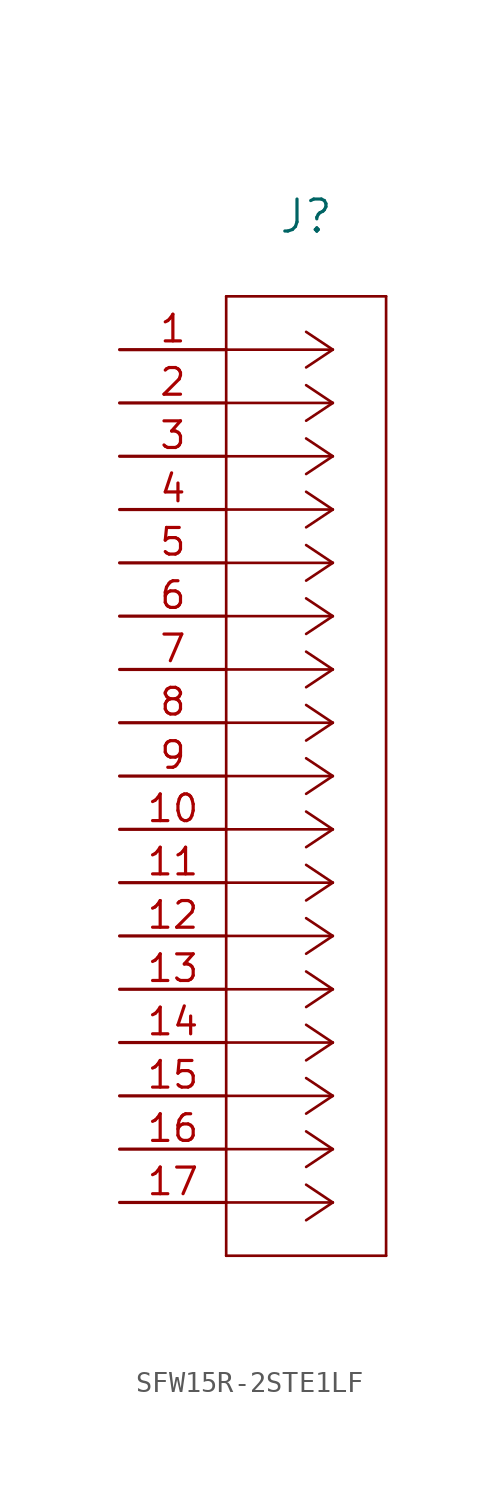
<source format=kicad_sym>
(kicad_symbol_lib
  (version 20220914)
  (generator kicad_symbol_editor)
  (symbol "SFW15R-2STE1LF"
    (pin_names
      (offset 0.254))
    (property "Reference" "J"
      (at 8.89 6.35 0)
      (effects (font (size 1.524 1.524))))
    (symbol "SFW15R-2STE1LF_0_1"
      (polyline (pts (xy 5.08 -43.18) (xy 12.7 -43.18)) (stroke (width 0.127) (type default)) (fill (type none)))
      (polyline (pts (xy 5.08 2.54) (xy 5.08 -43.18)) (stroke (width 0.127) (type default)) (fill (type none)))
      (polyline (pts (xy 10.16 -40.64) (xy 5.08 -40.64)) (stroke (width 0.127) (type default)) (fill (type none)))
      (polyline (pts (xy 10.16 -40.64) (xy 8.89 -41.487)) (stroke (width 0.127) (type default)) (fill (type none)))
      (polyline (pts (xy 10.16 -40.64) (xy 8.89 -39.793)) (stroke (width 0.127) (type default)) (fill (type none)))
      (polyline (pts (xy 10.16 -38.1) (xy 5.08 -38.1)) (stroke (width 0.127) (type default)) (fill (type none)))
      (polyline (pts (xy 10.16 -38.1) (xy 8.89 -38.947)) (stroke (width 0.127) (type default)) (fill (type none)))
      (polyline (pts (xy 10.16 -38.1) (xy 8.89 -37.253)) (stroke (width 0.127) (type default)) (fill (type none)))
      (polyline (pts (xy 10.16 -35.56) (xy 5.08 -35.56)) (stroke (width 0.127) (type default)) (fill (type none)))
      (polyline (pts (xy 10.16 -35.56) (xy 8.89 -36.407)) (stroke (width 0.127) (type default)) (fill (type none)))
      (polyline (pts (xy 10.16 -35.56) (xy 8.89 -34.713)) (stroke (width 0.127) (type default)) (fill (type none)))
      (polyline (pts (xy 10.16 -33.02) (xy 5.08 -33.02)) (stroke (width 0.127) (type default)) (fill (type none)))
      (polyline (pts (xy 10.16 -33.02) (xy 8.89 -33.867)) (stroke (width 0.127) (type default)) (fill (type none)))
      (polyline (pts (xy 10.16 -33.02) (xy 8.89 -32.173)) (stroke (width 0.127) (type default)) (fill (type none)))
      (polyline (pts (xy 10.16 -30.48) (xy 5.08 -30.48)) (stroke (width 0.127) (type default)) (fill (type none)))
      (polyline (pts (xy 10.16 -30.48) (xy 8.89 -31.327)) (stroke (width 0.127) (type default)) (fill (type none)))
      (polyline (pts (xy 10.16 -30.48) (xy 8.89 -29.633)) (stroke (width 0.127) (type default)) (fill (type none)))
      (polyline (pts (xy 10.16 -27.94) (xy 5.08 -27.94)) (stroke (width 0.127) (type default)) (fill (type none)))
      (polyline (pts (xy 10.16 -27.94) (xy 8.89 -28.787)) (stroke (width 0.127) (type default)) (fill (type none)))
      (polyline (pts (xy 10.16 -27.94) (xy 8.89 -27.093)) (stroke (width 0.127) (type default)) (fill (type none)))
      (polyline (pts (xy 10.16 -25.4) (xy 5.08 -25.4)) (stroke (width 0.127) (type default)) (fill (type none)))
      (polyline (pts (xy 10.16 -25.4) (xy 8.89 -26.247)) (stroke (width 0.127) (type default)) (fill (type none)))
      (polyline (pts (xy 10.16 -25.4) (xy 8.89 -24.553)) (stroke (width 0.127) (type default)) (fill (type none)))
      (polyline (pts (xy 10.16 -22.86) (xy 5.08 -22.86)) (stroke (width 0.127) (type default)) (fill (type none)))
      (polyline (pts (xy 10.16 -22.86) (xy 8.89 -23.707)) (stroke (width 0.127) (type default)) (fill (type none)))
      (polyline (pts (xy 10.16 -22.86) (xy 8.89 -22.013)) (stroke (width 0.127) (type default)) (fill (type none)))
      (polyline (pts (xy 10.16 -20.32) (xy 5.08 -20.32)) (stroke (width 0.127) (type default)) (fill (type none)))
      (polyline (pts (xy 10.16 -20.32) (xy 8.89 -21.167)) (stroke (width 0.127) (type default)) (fill (type none)))
      (polyline (pts (xy 10.16 -20.32) (xy 8.89 -19.473)) (stroke (width 0.127) (type default)) (fill (type none)))
      (polyline (pts (xy 10.16 -17.78) (xy 5.08 -17.78)) (stroke (width 0.127) (type default)) (fill (type none)))
      (polyline (pts (xy 10.16 -17.78) (xy 8.89 -18.627)) (stroke (width 0.127) (type default)) (fill (type none)))
      (polyline (pts (xy 10.16 -17.78) (xy 8.89 -16.933)) (stroke (width 0.127) (type default)) (fill (type none)))
      (polyline (pts (xy 10.16 -15.24) (xy 5.08 -15.24)) (stroke (width 0.127) (type default)) (fill (type none)))
      (polyline (pts (xy 10.16 -15.24) (xy 8.89 -16.087)) (stroke (width 0.127) (type default)) (fill (type none)))
      (polyline (pts (xy 10.16 -15.24) (xy 8.89 -14.393)) (stroke (width 0.127) (type default)) (fill (type none)))
      (polyline (pts (xy 10.16 -12.7) (xy 5.08 -12.7)) (stroke (width 0.127) (type default)) (fill (type none)))
      (polyline (pts (xy 10.16 -12.7) (xy 8.89 -13.547)) (stroke (width 0.127) (type default)) (fill (type none)))
      (polyline (pts (xy 10.16 -12.7) (xy 8.89 -11.853)) (stroke (width 0.127) (type default)) (fill (type none)))
      (polyline (pts (xy 10.16 -10.16) (xy 5.08 -10.16)) (stroke (width 0.127) (type default)) (fill (type none)))
      (polyline (pts (xy 10.16 -10.16) (xy 8.89 -11.007)) (stroke (width 0.127) (type default)) (fill (type none)))
      (polyline (pts (xy 10.16 -10.16) (xy 8.89 -9.313)) (stroke (width 0.127) (type default)) (fill (type none)))
      (polyline (pts (xy 10.16 -7.62) (xy 5.08 -7.62)) (stroke (width 0.127) (type default)) (fill (type none)))
      (polyline (pts (xy 10.16 -7.62) (xy 8.89 -8.467)) (stroke (width 0.127) (type default)) (fill (type none)))
      (polyline (pts (xy 10.16 -7.62) (xy 8.89 -6.773)) (stroke (width 0.127) (type default)) (fill (type none)))
      (polyline (pts (xy 10.16 -5.08) (xy 5.08 -5.08)) (stroke (width 0.127) (type default)) (fill (type none)))
      (polyline (pts (xy 10.16 -5.08) (xy 8.89 -5.927)) (stroke (width 0.127) (type default)) (fill (type none)))
      (polyline (pts (xy 10.16 -5.08) (xy 8.89 -4.233)) (stroke (width 0.127) (type default)) (fill (type none)))
      (polyline (pts (xy 10.16 -2.54) (xy 5.08 -2.54)) (stroke (width 0.127) (type default)) (fill (type none)))
      (polyline (pts (xy 10.16 -2.54) (xy 8.89 -3.387)) (stroke (width 0.127) (type default)) (fill (type none)))
      (polyline (pts (xy 10.16 -2.54) (xy 8.89 -1.693)) (stroke (width 0.127) (type default)) (fill (type none)))
      (polyline (pts (xy 10.16 0) (xy 5.08 0)) (stroke (width 0.127) (type default)) (fill (type none)))
      (polyline (pts (xy 10.16 0) (xy 8.89 -0.847)) (stroke (width 0.127) (type default)) (fill (type none)))
      (polyline (pts (xy 10.16 0) (xy 8.89 0.847)) (stroke (width 0.127) (type default)) (fill (type none)))
      (polyline (pts (xy 12.7 -43.18) (xy 12.7 2.54)) (stroke (width 0.127) (type default)) (fill (type none)))
      (polyline (pts (xy 12.7 2.54) (xy 5.08 2.54)) (stroke (width 0.127) (type default)) (fill (type none)))
      (pin unspecified line (at 0 0 0) (length 5.08) (name "" (effects (font (size 1.27 1.27)))) (number "1" (effects (font (size 1.27 1.27)))))
      (pin unspecified line (at 0 -22.86 0) (length 5.08) (name "" (effects (font (size 1.27 1.27)))) (number "10" (effects (font (size 1.27 1.27)))))
      (pin unspecified line (at 0 -25.4 0) (length 5.08) (name "" (effects (font (size 1.27 1.27)))) (number "11" (effects (font (size 1.27 1.27)))))
      (pin unspecified line (at 0 -27.94 0) (length 5.08) (name "" (effects (font (size 1.27 1.27)))) (number "12" (effects (font (size 1.27 1.27)))))
      (pin unspecified line (at 0 -30.48 0) (length 5.08) (name "" (effects (font (size 1.27 1.27)))) (number "13" (effects (font (size 1.27 1.27)))))
      (pin unspecified line (at 0 -33.02 0) (length 5.08) (name "" (effects (font (size 1.27 1.27)))) (number "14" (effects (font (size 1.27 1.27)))))
      (pin unspecified line (at 0 -35.56 0) (length 5.08) (name "" (effects (font (size 1.27 1.27)))) (number "15" (effects (font (size 1.27 1.27)))))
      (pin unspecified line (at 0 -38.1 0) (length 5.08) (name "" (effects (font (size 1.27 1.27)))) (number "16" (effects (font (size 1.27 1.27)))))
      (pin unspecified line (at 0 -40.64 0) (length 5.08) (name "" (effects (font (size 1.27 1.27)))) (number "17" (effects (font (size 1.27 1.27)))))
      (pin unspecified line (at 0 -2.54 0) (length 5.08) (name "" (effects (font (size 1.27 1.27)))) (number "2" (effects (font (size 1.27 1.27)))))
      (pin unspecified line (at 0 -5.08 0) (length 5.08) (name "" (effects (font (size 1.27 1.27)))) (number "3" (effects (font (size 1.27 1.27)))))
      (pin unspecified line (at 0 -7.62 0) (length 5.08) (name "" (effects (font (size 1.27 1.27)))) (number "4" (effects (font (size 1.27 1.27)))))
      (pin unspecified line (at 0 -10.16 0) (length 5.08) (name "" (effects (font (size 1.27 1.27)))) (number "5" (effects (font (size 1.27 1.27)))))
      (pin unspecified line (at 0 -12.7 0) (length 5.08) (name "" (effects (font (size 1.27 1.27)))) (number "6" (effects (font (size 1.27 1.27)))))
      (pin unspecified line (at 0 -15.24 0) (length 5.08) (name "" (effects (font (size 1.27 1.27)))) (number "7" (effects (font (size 1.27 1.27)))))
      (pin unspecified line (at 0 -17.78 0) (length 5.08) (name "" (effects (font (size 1.27 1.27)))) (number "8" (effects (font (size 1.27 1.27)))))
      (pin unspecified line (at 0 -20.32 0) (length 5.08) (name "" (effects (font (size 1.27 1.27)))) (number "9" (effects (font (size 1.27 1.27))))))))
</source>
